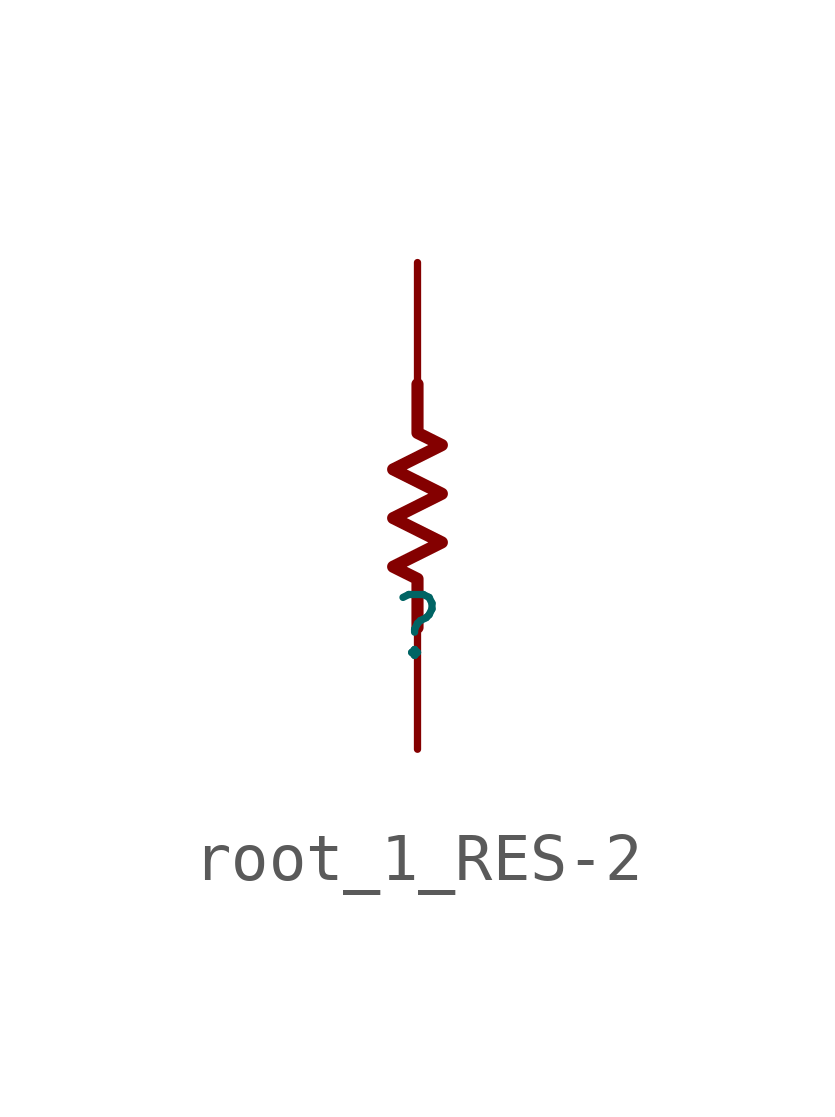
<source format=kicad_sym>
(kicad_symbol_lib
  (version 20231120)
  (generator "kicad_symbol_editor")
  (generator_version "8.0")
  (symbol "root_1_RES-2"
    (property "Reference" ""
      (at 0 0 0)
      (effects (font (size 1.27 1.27))))
    (property "Value" ""
      (at 0 0 0)
      (effects (font (size 1.27 1.27))))
    (symbol "root_1_RES-2_1_0"
      (polyline (pts (xy 0 5.08) (xy 0 4.064) (xy 0.508 3.81) (xy -0.508 3.302) (xy 0.508 2.794) (xy -0.508 2.286) (xy 0.508 1.778) (xy -0.508 1.27) (xy 0 1.016) (xy 0 0)) (stroke (width 0.254) (type solid)) (fill (type none)))
      (pin passive line (at 0 -2.54 90) (length 2.54) (name "1" (effects (font (size 0 0)))) (number "1" (effects (font (size 0 0)))))
      (pin passive line (at 0 7.62 270) (length 2.54) (name "2" (effects (font (size 0 0)))) (number "2" (effects (font (size 0 0))))))))
</source>
